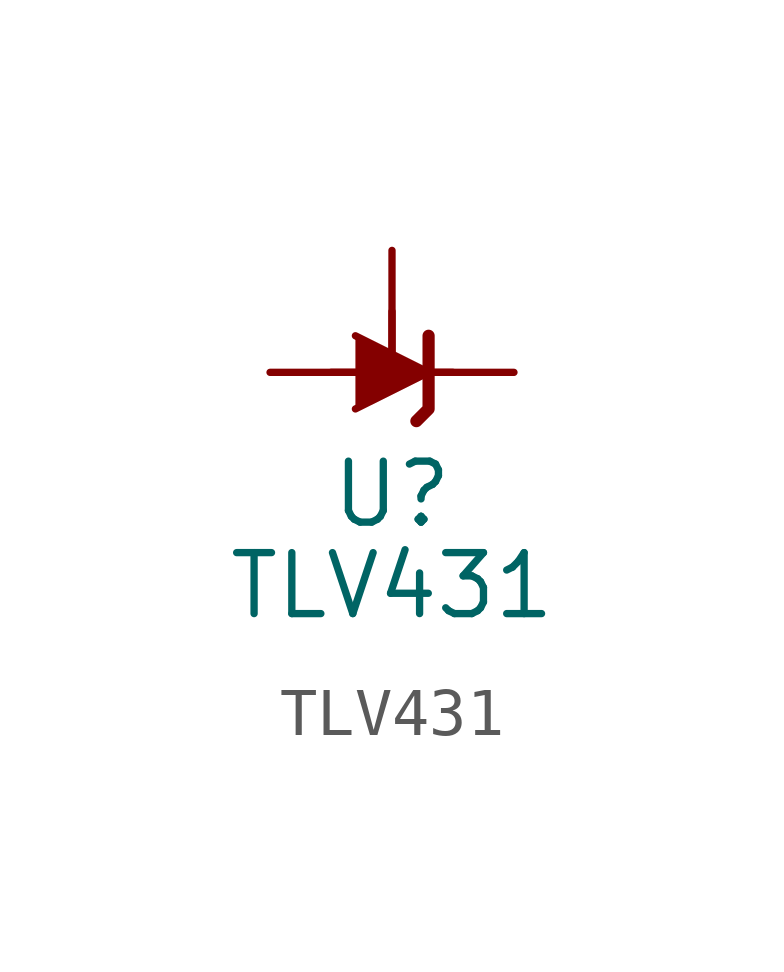
<source format=kicad_sym>
(kicad_symbol_lib
  (version 20220914)
  (generator kicad_symbol_editor)
  (symbol "TLV431"
    (pin_numbers hide)
    (pin_names hide)
    (property "Reference" "U"
      (at 0 -2.54 0)
      (effects (font (size 1.27 1.27))))
    (property "Value" "TLV431"
      (at 0 -4.445 0)
      (effects (font (size 1.27 1.27))))
    (symbol "TLV431_0_1"
      (polyline (pts (xy -1.27 0) (xy 0 0) (xy 1.27 0)) (stroke (width 0) (type default)) (fill (type none)))
      (polyline (pts (xy -0.762 0.762) (xy 0.762 0) (xy -0.762 -0.762)) (stroke (width 0) (type default)) (fill (type outline)))
      (polyline (pts (xy 0.508 -1.016) (xy 0.762 -0.762) (xy 0.762 0.762) (xy 0.762 0.762)) (stroke (width 0.254) (type default)) (fill (type none))))
    (symbol "TLV431_1_1"
      (polyline (pts (xy 0 1.27) (xy 0 0)) (stroke (width 0) (type default)) (fill (type none)))
      (pin passive line (at 0 2.54 270) (length 2.54) (name "REF" (effects (font (size 1.27 1.27)))) (number "1" (effects (font (size 1.27 1.27)))))
      (pin passive line (at 2.54 0 180) (length 2.54) (name "K" (effects (font (size 1.27 1.27)))) (number "2" (effects (font (size 1.27 1.27)))))
      (pin passive line (at -2.54 0 0) (length 2.54) (name "A" (effects (font (size 1.27 1.27)))) (number "3" (effects (font (size 1.27 1.27))))))))
</source>
